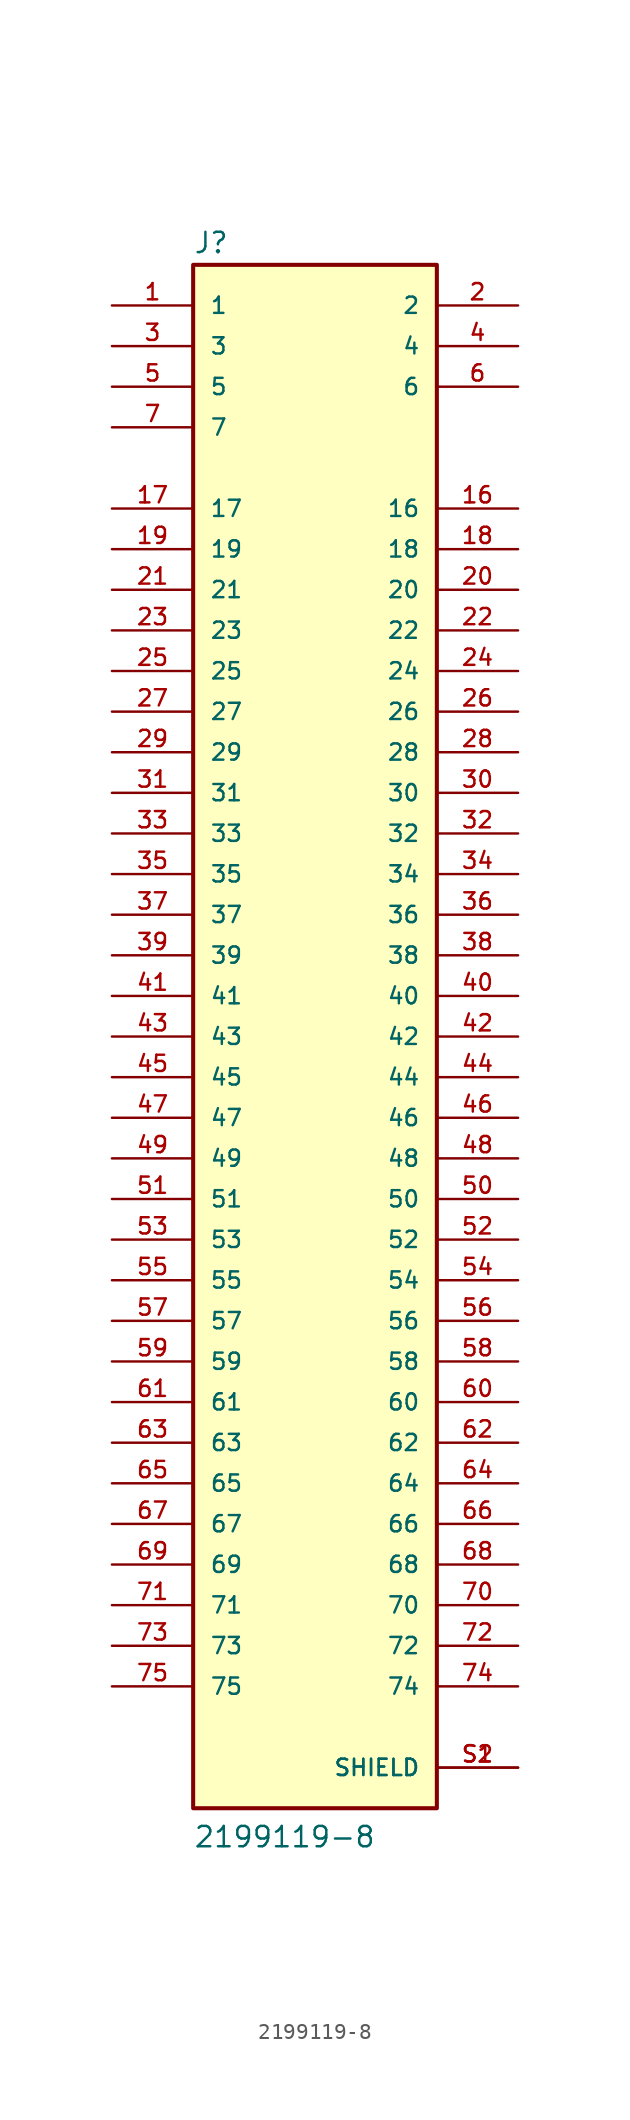
<source format=kicad_sym>
(kicad_symbol_lib
  (version 20211014)
  (generator kicad_symbol_editor)
  (symbol "2199119-8"
    (pin_names
      (offset 1.016))
    (property "Reference" "J"
      (at -7.62 48.895 0)
      (effects (font (size 1.27 1.27)) (justify bottom left)))
    (property "Value" "2199119-8"
      (at -7.62 -50.8 0)
      (effects (font (size 1.27 1.27)) (justify bottom left)))
    (symbol "2199119-8_0_0"
      (rectangle (start -7.62 -48.26) (end 7.62 48.26) (stroke (width 0.254)) (fill (type background)))
      (pin passive line (at -12.7 45.72 0) (length 5.08) (name "1" (effects (font (size 1.016 1.016)))) (number "1" (effects (font (size 1.016 1.016)))))
      (pin passive line (at 12.7 45.72 180.0) (length 5.08) (name "2" (effects (font (size 1.016 1.016)))) (number "2" (effects (font (size 1.016 1.016)))))
      (pin passive line (at -12.7 43.18 0) (length 5.08) (name "3" (effects (font (size 1.016 1.016)))) (number "3" (effects (font (size 1.016 1.016)))))
      (pin passive line (at 12.7 43.18 180.0) (length 5.08) (name "4" (effects (font (size 1.016 1.016)))) (number "4" (effects (font (size 1.016 1.016)))))
      (pin passive line (at -12.7 40.64 0) (length 5.08) (name "5" (effects (font (size 1.016 1.016)))) (number "5" (effects (font (size 1.016 1.016)))))
      (pin passive line (at 12.7 40.64 180.0) (length 5.08) (name "6" (effects (font (size 1.016 1.016)))) (number "6" (effects (font (size 1.016 1.016)))))
      (pin passive line (at -12.7 38.1 0) (length 5.08) (name "7" (effects (font (size 1.016 1.016)))) (number "7" (effects (font (size 1.016 1.016)))))
      (pin passive line (at 12.7 33.02 180.0) (length 5.08) (name "16" (effects (font (size 1.016 1.016)))) (number "16" (effects (font (size 1.016 1.016)))))
      (pin passive line (at -12.7 33.02 0) (length 5.08) (name "17" (effects (font (size 1.016 1.016)))) (number "17" (effects (font (size 1.016 1.016)))))
      (pin passive line (at 12.7 30.48 180.0) (length 5.08) (name "18" (effects (font (size 1.016 1.016)))) (number "18" (effects (font (size 1.016 1.016)))))
      (pin passive line (at -12.7 30.48 0) (length 5.08) (name "19" (effects (font (size 1.016 1.016)))) (number "19" (effects (font (size 1.016 1.016)))))
      (pin passive line (at -12.7 27.94 0) (length 5.08) (name "21" (effects (font (size 1.016 1.016)))) (number "21" (effects (font (size 1.016 1.016)))))
      (pin passive line (at 12.7 25.4 180.0) (length 5.08) (name "22" (effects (font (size 1.016 1.016)))) (number "22" (effects (font (size 1.016 1.016)))))
      (pin passive line (at -12.7 25.4 0) (length 5.08) (name "23" (effects (font (size 1.016 1.016)))) (number "23" (effects (font (size 1.016 1.016)))))
      (pin passive line (at 12.7 22.86 180.0) (length 5.08) (name "24" (effects (font (size 1.016 1.016)))) (number "24" (effects (font (size 1.016 1.016)))))
      (pin passive line (at -12.7 22.86 0) (length 5.08) (name "25" (effects (font (size 1.016 1.016)))) (number "25" (effects (font (size 1.016 1.016)))))
      (pin passive line (at 12.7 20.32 180.0) (length 5.08) (name "26" (effects (font (size 1.016 1.016)))) (number "26" (effects (font (size 1.016 1.016)))))
      (pin passive line (at -12.7 20.32 0) (length 5.08) (name "27" (effects (font (size 1.016 1.016)))) (number "27" (effects (font (size 1.016 1.016)))))
      (pin passive line (at 12.7 17.78 180.0) (length 5.08) (name "28" (effects (font (size 1.016 1.016)))) (number "28" (effects (font (size 1.016 1.016)))))
      (pin passive line (at -12.7 17.78 0) (length 5.08) (name "29" (effects (font (size 1.016 1.016)))) (number "29" (effects (font (size 1.016 1.016)))))
      (pin passive line (at 12.7 15.24 180.0) (length 5.08) (name "30" (effects (font (size 1.016 1.016)))) (number "30" (effects (font (size 1.016 1.016)))))
      (pin passive line (at -12.7 15.24 0) (length 5.08) (name "31" (effects (font (size 1.016 1.016)))) (number "31" (effects (font (size 1.016 1.016)))))
      (pin passive line (at 12.7 12.7 180.0) (length 5.08) (name "32" (effects (font (size 1.016 1.016)))) (number "32" (effects (font (size 1.016 1.016)))))
      (pin passive line (at -12.7 12.7 0) (length 5.08) (name "33" (effects (font (size 1.016 1.016)))) (number "33" (effects (font (size 1.016 1.016)))))
      (pin passive line (at 12.7 10.16 180.0) (length 5.08) (name "34" (effects (font (size 1.016 1.016)))) (number "34" (effects (font (size 1.016 1.016)))))
      (pin passive line (at -12.7 10.16 0) (length 5.08) (name "35" (effects (font (size 1.016 1.016)))) (number "35" (effects (font (size 1.016 1.016)))))
      (pin passive line (at 12.7 7.62 180.0) (length 5.08) (name "36" (effects (font (size 1.016 1.016)))) (number "36" (effects (font (size 1.016 1.016)))))
      (pin passive line (at -12.7 7.62 0) (length 5.08) (name "37" (effects (font (size 1.016 1.016)))) (number "37" (effects (font (size 1.016 1.016)))))
      (pin passive line (at 12.7 5.08 180.0) (length 5.08) (name "38" (effects (font (size 1.016 1.016)))) (number "38" (effects (font (size 1.016 1.016)))))
      (pin passive line (at -12.7 5.08 0) (length 5.08) (name "39" (effects (font (size 1.016 1.016)))) (number "39" (effects (font (size 1.016 1.016)))))
      (pin passive line (at 12.7 2.54 180.0) (length 5.08) (name "40" (effects (font (size 1.016 1.016)))) (number "40" (effects (font (size 1.016 1.016)))))
      (pin passive line (at -12.7 2.54 0) (length 5.08) (name "41" (effects (font (size 1.016 1.016)))) (number "41" (effects (font (size 1.016 1.016)))))
      (pin passive line (at 12.7 0.0 180.0) (length 5.08) (name "42" (effects (font (size 1.016 1.016)))) (number "42" (effects (font (size 1.016 1.016)))))
      (pin passive line (at -12.7 0.0 0) (length 5.08) (name "43" (effects (font (size 1.016 1.016)))) (number "43" (effects (font (size 1.016 1.016)))))
      (pin passive line (at 12.7 -2.54 180.0) (length 5.08) (name "44" (effects (font (size 1.016 1.016)))) (number "44" (effects (font (size 1.016 1.016)))))
      (pin passive line (at -12.7 -2.54 0) (length 5.08) (name "45" (effects (font (size 1.016 1.016)))) (number "45" (effects (font (size 1.016 1.016)))))
      (pin passive line (at 12.7 -5.08 180.0) (length 5.08) (name "46" (effects (font (size 1.016 1.016)))) (number "46" (effects (font (size 1.016 1.016)))))
      (pin passive line (at -12.7 -5.08 0) (length 5.08) (name "47" (effects (font (size 1.016 1.016)))) (number "47" (effects (font (size 1.016 1.016)))))
      (pin passive line (at 12.7 -7.62 180.0) (length 5.08) (name "48" (effects (font (size 1.016 1.016)))) (number "48" (effects (font (size 1.016 1.016)))))
      (pin passive line (at -12.7 -7.62 0) (length 5.08) (name "49" (effects (font (size 1.016 1.016)))) (number "49" (effects (font (size 1.016 1.016)))))
      (pin passive line (at 12.7 -10.16 180.0) (length 5.08) (name "50" (effects (font (size 1.016 1.016)))) (number "50" (effects (font (size 1.016 1.016)))))
      (pin passive line (at -12.7 -10.16 0) (length 5.08) (name "51" (effects (font (size 1.016 1.016)))) (number "51" (effects (font (size 1.016 1.016)))))
      (pin passive line (at 12.7 -12.7 180.0) (length 5.08) (name "52" (effects (font (size 1.016 1.016)))) (number "52" (effects (font (size 1.016 1.016)))))
      (pin passive line (at -12.7 -12.7 0) (length 5.08) (name "53" (effects (font (size 1.016 1.016)))) (number "53" (effects (font (size 1.016 1.016)))))
      (pin passive line (at 12.7 -15.24 180.0) (length 5.08) (name "54" (effects (font (size 1.016 1.016)))) (number "54" (effects (font (size 1.016 1.016)))))
      (pin passive line (at -12.7 -15.24 0) (length 5.08) (name "55" (effects (font (size 1.016 1.016)))) (number "55" (effects (font (size 1.016 1.016)))))
      (pin passive line (at 12.7 -17.78 180.0) (length 5.08) (name "56" (effects (font (size 1.016 1.016)))) (number "56" (effects (font (size 1.016 1.016)))))
      (pin passive line (at -12.7 -17.78 0) (length 5.08) (name "57" (effects (font (size 1.016 1.016)))) (number "57" (effects (font (size 1.016 1.016)))))
      (pin passive line (at 12.7 -20.32 180.0) (length 5.08) (name "58" (effects (font (size 1.016 1.016)))) (number "58" (effects (font (size 1.016 1.016)))))
      (pin passive line (at -12.7 -20.32 0) (length 5.08) (name "59" (effects (font (size 1.016 1.016)))) (number "59" (effects (font (size 1.016 1.016)))))
      (pin passive line (at 12.7 -22.86 180.0) (length 5.08) (name "60" (effects (font (size 1.016 1.016)))) (number "60" (effects (font (size 1.016 1.016)))))
      (pin passive line (at -12.7 -22.86 0) (length 5.08) (name "61" (effects (font (size 1.016 1.016)))) (number "61" (effects (font (size 1.016 1.016)))))
      (pin passive line (at 12.7 -25.4 180.0) (length 5.08) (name "62" (effects (font (size 1.016 1.016)))) (number "62" (effects (font (size 1.016 1.016)))))
      (pin passive line (at -12.7 -25.4 0) (length 5.08) (name "63" (effects (font (size 1.016 1.016)))) (number "63" (effects (font (size 1.016 1.016)))))
      (pin passive line (at 12.7 -27.94 180.0) (length 5.08) (name "64" (effects (font (size 1.016 1.016)))) (number "64" (effects (font (size 1.016 1.016)))))
      (pin passive line (at -12.7 -27.94 0) (length 5.08) (name "65" (effects (font (size 1.016 1.016)))) (number "65" (effects (font (size 1.016 1.016)))))
      (pin passive line (at 12.7 -30.48 180.0) (length 5.08) (name "66" (effects (font (size 1.016 1.016)))) (number "66" (effects (font (size 1.016 1.016)))))
      (pin passive line (at -12.7 -30.48 0) (length 5.08) (name "67" (effects (font (size 1.016 1.016)))) (number "67" (effects (font (size 1.016 1.016)))))
      (pin passive line (at 12.7 -33.02 180.0) (length 5.08) (name "68" (effects (font (size 1.016 1.016)))) (number "68" (effects (font (size 1.016 1.016)))))
      (pin passive line (at -12.7 -33.02 0) (length 5.08) (name "69" (effects (font (size 1.016 1.016)))) (number "69" (effects (font (size 1.016 1.016)))))
      (pin passive line (at 12.7 -35.56 180.0) (length 5.08) (name "70" (effects (font (size 1.016 1.016)))) (number "70" (effects (font (size 1.016 1.016)))))
      (pin passive line (at -12.7 -35.56 0) (length 5.08) (name "71" (effects (font (size 1.016 1.016)))) (number "71" (effects (font (size 1.016 1.016)))))
      (pin passive line (at 12.7 -38.1 180.0) (length 5.08) (name "72" (effects (font (size 1.016 1.016)))) (number "72" (effects (font (size 1.016 1.016)))))
      (pin passive line (at -12.7 -38.1 0) (length 5.08) (name "73" (effects (font (size 1.016 1.016)))) (number "73" (effects (font (size 1.016 1.016)))))
      (pin passive line (at 12.7 -40.64 180.0) (length 5.08) (name "74" (effects (font (size 1.016 1.016)))) (number "74" (effects (font (size 1.016 1.016)))))
      (pin passive line (at -12.7 -40.64 0) (length 5.08) (name "75" (effects (font (size 1.016 1.016)))) (number "75" (effects (font (size 1.016 1.016)))))
      (pin passive line (at 12.7 27.94 180.0) (length 5.08) (name "20" (effects (font (size 1.016 1.016)))) (number "20" (effects (font (size 1.016 1.016)))))
      (pin passive line (at 12.7 -45.72 180.0) (length 5.08) (name "SHIELD" (effects (font (size 1.016 1.016)))) (number "S1" (effects (font (size 1.016 1.016)))))
      (pin passive line (at 12.7 -45.72 180.0) (length 5.08) (name "SHIELD" (effects (font (size 1.016 1.016)))) (number "S2" (effects (font (size 1.016 1.016))))))))
</source>
